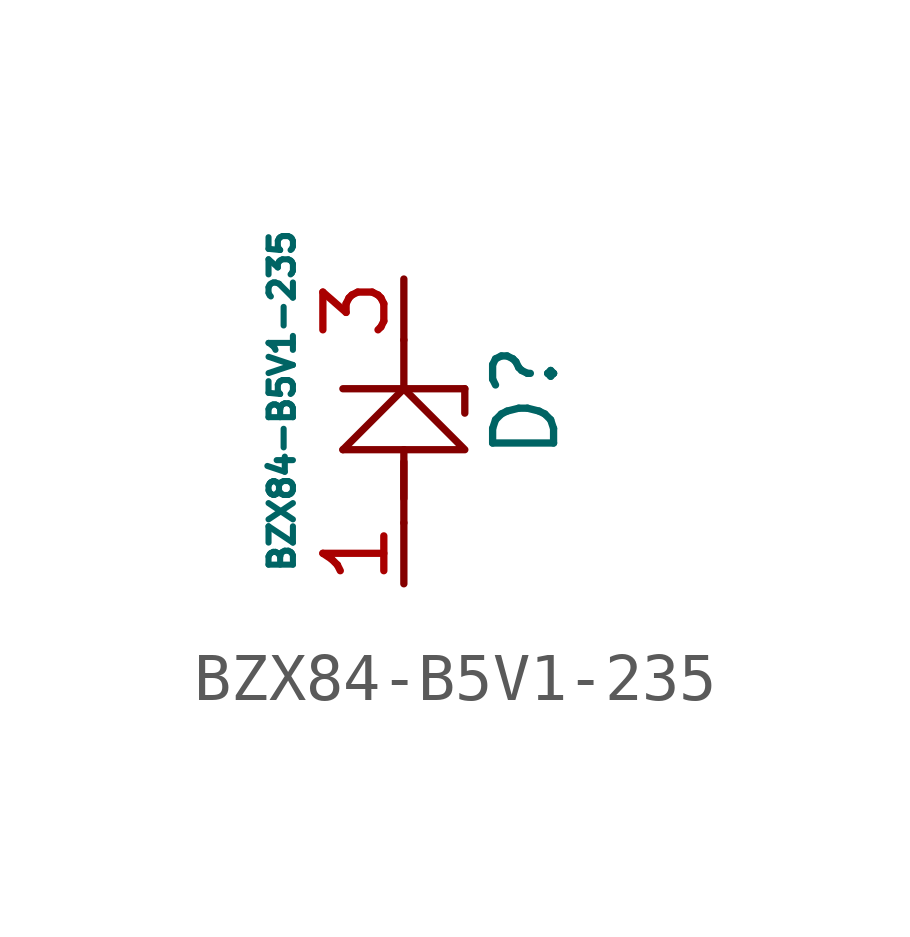
<source format=kicad_sym>
(kicad_symbol_lib
  (version 20211014)
  (generator kicad_symbol_editor)
  (symbol "BZX84-B5V1-235"
    (pin_names
      (offset 1.016))
    (property "Reference" "D"
      (at 2.54 0 90)
      (effects (font (size 1.27 1.27))))
    (property "Value" "BZX84-B5V1-235"
      (at -2.54 0 90)
      (effects (font (size 0.508 0.508))))
    (symbol "BZX84-B5V1-235_0_1"
      (rectangle (start 0 -1.016) (end -1.27 -1.016) (stroke (width 0) (type default) (color 0 0 0 0)) (fill (type none)))
      (polyline (pts (xy 0 -2.54) (xy 0 -1.27)) (stroke (width 0) (type default) (color 0 0 0 0)) (fill (type none)))
      (polyline (pts (xy 0 -1.016) (xy 0 -2.032)) (stroke (width 0) (type default) (color 0 0 0 0)) (fill (type none)))
      (polyline (pts (xy 0 0.254) (xy -1.27 0.254)) (stroke (width 0) (type default) (color 0 0 0 0)) (fill (type none)))
      (polyline (pts (xy 0 0.254) (xy 1.27 0.254)) (stroke (width 0) (type default) (color 0 0 0 0)) (fill (type none)))
      (polyline (pts (xy 0 1.27) (xy 0 0.254)) (stroke (width 0) (type default) (color 0 0 0 0)) (fill (type none)))
      (polyline (pts (xy 1.27 0.254) (xy 1.27 -0.254)) (stroke (width 0) (type default) (color 0 0 0 0)) (fill (type none)))
      (polyline (pts (xy -1.27 -1.016) (xy 0 0.254) (xy 1.27 -1.016) (xy 0 -1.016)) (stroke (width 0) (type default) (color 0 0 0 0)) (fill (type none))))
    (symbol "BZX84-B5V1-235_1_1"
      (pin passive line (at 0 -3.81 90) (length 1.27) (name "~" (effects (font (size 1.27 1.27)))) (number "1" (effects (font (size 1.27 1.27)))))
      (pin no_connect line (at 5.08 1.27 270) (length 2.54) hide (name "NC" (effects (font (size 1.27 1.27)))) (number "2" (effects (font (size 1.27 1.27)))))
      (pin passive line (at 0 2.54 270) (length 1.27) (name "~" (effects (font (size 1.27 1.27)))) (number "3" (effects (font (size 1.27 1.27))))))))
</source>
